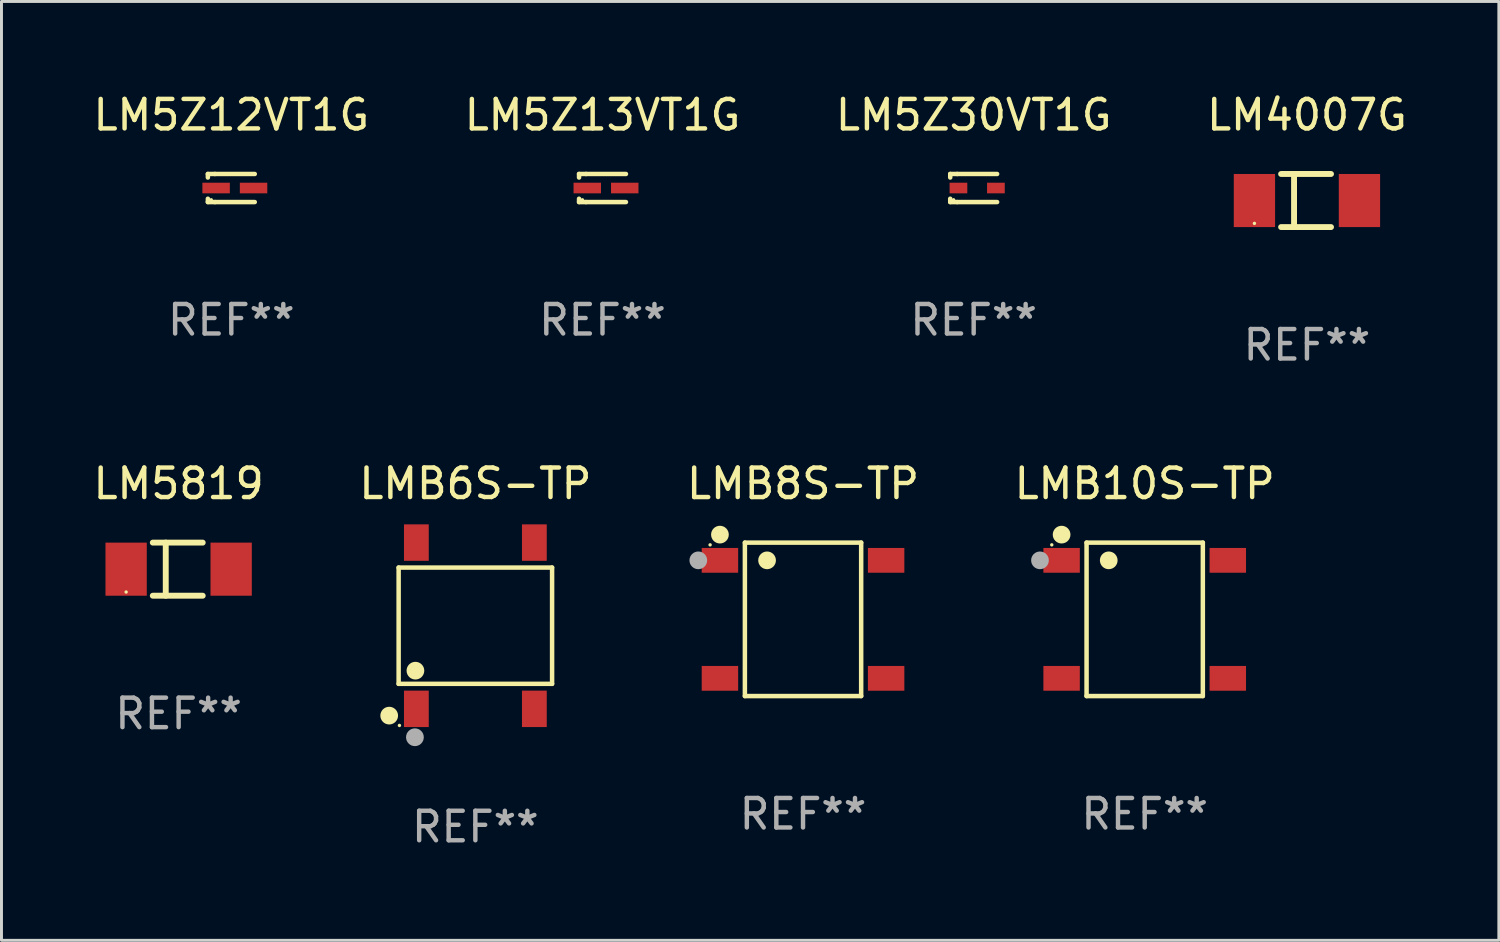
<source format=kicad_pcb>
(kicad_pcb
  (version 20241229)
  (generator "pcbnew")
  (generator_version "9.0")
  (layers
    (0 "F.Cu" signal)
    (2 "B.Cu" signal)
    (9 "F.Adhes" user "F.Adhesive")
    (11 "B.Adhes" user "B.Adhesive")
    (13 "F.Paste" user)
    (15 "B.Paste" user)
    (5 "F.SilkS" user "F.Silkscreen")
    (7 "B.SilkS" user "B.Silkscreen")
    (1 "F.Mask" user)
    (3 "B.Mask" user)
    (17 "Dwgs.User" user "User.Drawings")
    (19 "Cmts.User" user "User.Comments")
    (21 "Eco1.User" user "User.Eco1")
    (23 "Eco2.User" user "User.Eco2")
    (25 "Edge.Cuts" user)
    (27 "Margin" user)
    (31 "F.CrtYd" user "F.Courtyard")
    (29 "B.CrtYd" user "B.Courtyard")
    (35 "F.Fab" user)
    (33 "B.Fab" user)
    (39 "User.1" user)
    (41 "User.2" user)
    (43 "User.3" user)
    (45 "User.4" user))
  (footprint "LM5Z13VT1G"
    (layer "F.Cu")
    (at 17.375 3.324)
    (property "Reference" "LM5Z13VT1G" (at 0 -2.476 0) (layer "F.SilkS") (effects (font (size 1 1) (thickness 0.15))))
    (attr through_hole)
    (fp_line (start -0.795 -0.476) (end -0.795 -0.356) (stroke (width 0.152) (type solid)) (layer "F.SilkS"))
    (fp_line (start -0.795 0.363) (end -0.795 0.476) (stroke (width 0.152) (type solid)) (layer "F.SilkS"))
    (fp_line (start -0.795 0.476) (end -0.557 0.476) (stroke (width 0.152) (type solid)) (layer "F.SilkS"))
    (fp_line (start -0.557 -0.476) (end -0.795 -0.476) (stroke (width 0.152) (type solid)) (layer "F.SilkS"))
    (fp_line (start -0.557 -0.476) (end 0.795 -0.476) (stroke (width 0.152) (type solid)) (layer "F.SilkS"))
    (fp_line (start -0.557 0.476) (end 0.795 0.476) (stroke (width 0.152) (type solid)) (layer "F.SilkS"))
    (fp_circle (center -0.681 0.4) (end -0.651 0.4) (stroke (width 0.06) (type solid)) (fill no) (layer "F.SilkS"))
    (fp_text user "REF**" (at 0 4.476 0) (layer "F.Fab") (effects (font (size 1 1) (thickness 0.15))))
    (pad "1" smd rect (at -0.516 0 180) (size 0.93 0.36) (layers "F.Cu" "F.Mask" "F.Paste"))
    (pad "2" smd rect (at 0.754 0 180) (size 0.93 0.36) (layers "F.Cu" "F.Mask" "F.Paste")))
  (footprint "LM5Z30VT1G"
    (layer "F.Cu")
    (at 29.958 3.324)
    (property "Reference" "LM5Z30VT1G" (at 0 -2.476 0) (layer "F.SilkS") (effects (font (size 1 1) (thickness 0.15))))
    (attr through_hole)
    (fp_line (start -0.795 -0.476) (end -0.795 -0.356) (stroke (width 0.152) (type solid)) (layer "F.SilkS"))
    (fp_line (start -0.795 0.363) (end -0.795 0.476) (stroke (width 0.152) (type solid)) (layer "F.SilkS"))
    (fp_line (start -0.795 0.476) (end -0.557 0.476) (stroke (width 0.152) (type solid)) (layer "F.SilkS"))
    (fp_line (start -0.557 -0.476) (end -0.795 -0.476) (stroke (width 0.152) (type solid)) (layer "F.SilkS"))
    (fp_line (start -0.557 -0.476) (end 0.795 -0.476) (stroke (width 0.152) (type solid)) (layer "F.SilkS"))
    (fp_line (start -0.557 0.476) (end 0.795 0.476) (stroke (width 0.152) (type solid)) (layer "F.SilkS"))
    (fp_circle (center -0.681 0.4) (end -0.651 0.4) (stroke (width 0.06) (type solid)) (fill no) (layer "F.SilkS"))
    (fp_text user "REF**" (at 0 4.476 0) (layer "F.Fab") (effects (font (size 1 1) (thickness 0.15))))
    (pad "1" smd rect (at -0.516 -0.000051 180) (size 0.6 0.36) (layers "F.Cu" "F.Mask" "F.Paste"))
    (pad "2" smd rect (at 0.754 -0.000051 180) (size 0.6 0.36) (layers "F.Cu" "F.Mask" "F.Paste")))
  (footprint "LM5819"
    (layer "F.Cu")
    (at 3.006 16.245)
    (property "Reference" "LM5819" (at 0 -2.9 0) (layer "F.SilkS") (effects (font (size 1 1) (thickness 0.15))))
    (attr through_hole)
    (fp_line (start -0.876 -0.9) (end 0.816 -0.9) (stroke (width 0.2) (type solid)) (layer "F.SilkS"))
    (fp_line (start -0.876 0.9) (end 0.816 0.9) (stroke (width 0.2) (type solid)) (layer "F.SilkS"))
    (fp_line (start -0.437 -0.9) (end -0.437 0.9) (stroke (width 0.2) (type solid)) (layer "F.SilkS"))
    (fp_circle (center -1.78 0.775) (end -1.75 0.775) (stroke (width 0.06) (type solid)) (fill no) (layer "F.SilkS"))
    (fp_text user "REF**" (at 0 4.9 0) (layer "F.Fab") (effects (font (size 1 1) (thickness 0.15))))
    (pad "1" smd rect (at -1.78 0.000127 180) (size 1.4 1.8) (layers "F.Cu" "F.Mask" "F.Paste"))
    (pad "2" smd rect (at 1.78 0.000127 180) (size 1.4 1.8) (layers "F.Cu" "F.Mask" "F.Paste")))
  (footprint "LM5Z12VT1G"
    (layer "F.Cu")
    (at 4.792 3.324)
    (property "Reference" "LM5Z12VT1G" (at 0 -2.476 0) (layer "F.SilkS") (effects (font (size 1 1) (thickness 0.15))))
    (attr through_hole)
    (fp_line (start -0.795 -0.476) (end -0.795 -0.356) (stroke (width 0.152) (type solid)) (layer "F.SilkS"))
    (fp_line (start -0.795 0.363) (end -0.795 0.476) (stroke (width 0.152) (type solid)) (layer "F.SilkS"))
    (fp_line (start -0.795 0.476) (end -0.557 0.476) (stroke (width 0.152) (type solid)) (layer "F.SilkS"))
    (fp_line (start -0.557 -0.476) (end -0.795 -0.476) (stroke (width 0.152) (type solid)) (layer "F.SilkS"))
    (fp_line (start -0.557 -0.476) (end 0.795 -0.476) (stroke (width 0.152) (type solid)) (layer "F.SilkS"))
    (fp_line (start -0.557 0.476) (end 0.795 0.476) (stroke (width 0.152) (type solid)) (layer "F.SilkS"))
    (fp_circle (center -0.681 0.4) (end -0.651 0.4) (stroke (width 0.06) (type solid)) (fill no) (layer "F.SilkS"))
    (fp_text user "REF**" (at 0 4.476 0) (layer "F.Fab") (effects (font (size 1 1) (thickness 0.15))))
    (pad "1" smd rect (at -0.516 0 180) (size 0.93 0.36) (layers "F.Cu" "F.Mask" "F.Paste"))
    (pad "2" smd rect (at 0.754 0 180) (size 0.93 0.36) (layers "F.Cu" "F.Mask" "F.Paste")))
  (footprint "LMB8S-TP"
    (layer "F.Cu")
    (at 24.173 17.946)
    (property "Reference" "LMB8S-TP" (at 0 -4.601 0) (layer "F.SilkS") (effects (font (size 1 1) (thickness 0.15))))
    (attr through_hole)
    (fp_line (start -1.971 -2.601) (end 1.971 -2.601) (stroke (width 0.152) (type solid)) (layer "F.SilkS"))
    (fp_line (start -1.971 2.601) (end -1.971 -2.601) (stroke (width 0.152) (type solid)) (layer "F.SilkS"))
    (fp_line (start 1.971 -2.601) (end 1.971 2.601) (stroke (width 0.152) (type solid)) (layer "F.SilkS"))
    (fp_line (start 1.971 2.601) (end -1.971 2.601) (stroke (width 0.152) (type solid)) (layer "F.SilkS"))
    (fp_circle (center -3.15 -2.525) (end -3.12 -2.525) (stroke (width 0.06) (type solid)) (fill no) (layer "F.SilkS"))
    (fp_circle (center -2.817 -2.872) (end -2.667 -2.872) (stroke (width 0.3) (type solid)) (fill no) (layer "F.SilkS"))
    (fp_circle (center -1.219 -2) (end -1.069 -2) (stroke (width 0.3) (type solid)) (fill no) (layer "F.SilkS"))
    (fp_circle (center -3.55 -2) (end -3.4 -2) (stroke (width 0.3) (type solid)) (fill no) (layer "F.Fab"))
    (fp_text user "REF**" (at 0 6.601 0) (layer "F.Fab") (effects (font (size 1 1) (thickness 0.15))))
    (pad "1" smd rect (at -2.817 -2) (size 1.235 0.84) (layers "F.Cu" "F.Mask" "F.Paste"))
    (pad "2" smd rect (at 2.817 -2) (size 1.235 0.84) (layers "F.Cu" "F.Mask" "F.Paste"))
    (pad "3" smd rect (at 2.817 2) (size 1.235 0.84) (layers "F.Cu" "F.Mask" "F.Paste"))
    (pad "4" smd rect (at -2.817 2) (size 1.235 0.84) (layers "F.Cu" "F.Mask" "F.Paste")))
  (footprint "LMB6S-TP"
    (layer "F.Cu")
    (at 13.065 18.162)
    (property "Reference" "LMB6S-TP" (at 0 -4.818 0) (layer "F.SilkS") (effects (font (size 1 1) (thickness 0.15))))
    (attr through_hole)
    (fp_line (start -2.601 -1.971) (end 2.601 -1.971) (stroke (width 0.152) (type solid)) (layer "F.SilkS"))
    (fp_line (start -2.601 1.971) (end -2.601 -1.971) (stroke (width 0.152) (type solid)) (layer "F.SilkS"))
    (fp_line (start 2.601 -1.971) (end 2.601 1.971) (stroke (width 0.152) (type solid)) (layer "F.SilkS"))
    (fp_line (start 2.601 1.971) (end -2.601 1.971) (stroke (width 0.152) (type solid)) (layer "F.SilkS"))
    (fp_circle (center -2.921 3.048) (end -2.771 3.048) (stroke (width 0.3) (type solid)) (fill no) (layer "F.SilkS"))
    (fp_circle (center -2.574 3.381) (end -2.544 3.381) (stroke (width 0.06) (type solid)) (fill no) (layer "F.SilkS"))
    (fp_circle (center -2.032 1.524) (end -1.882 1.524) (stroke (width 0.3) (type solid)) (fill no) (layer "F.SilkS"))
    (fp_circle (center -2.049 3.781) (end -1.898 3.781) (stroke (width 0.3) (type solid)) (fill no) (layer "F.Fab"))
    (fp_text user "REF**" (at 0 6.818 0) (layer "F.Fab") (effects (font (size 1 1) (thickness 0.15))))
    (pad "1" smd rect (at -2 2.818 270) (size 1.235 0.84) (layers "F.Cu" "F.Mask" "F.Paste"))
    (pad "2" smd rect (at -2 -2.818 270) (size 1.235 0.84) (layers "F.Cu" "F.Mask" "F.Paste"))
    (pad "3" smd rect (at 2 -2.818 270) (size 1.235 0.84) (layers "F.Cu" "F.Mask" "F.Paste"))
    (pad "4" smd rect (at 2 2.818 270) (size 1.235 0.84) (layers "F.Cu" "F.Mask" "F.Paste")))
  (footprint "LMB10S-TP"
    (layer "F.Cu")
    (at 35.756 17.946)
    (property "Reference" "LMB10S-TP" (at 0 -4.601 0) (layer "F.SilkS") (effects (font (size 1 1) (thickness 0.15))))
    (attr through_hole)
    (fp_line (start -1.971 -2.601) (end 1.971 -2.601) (stroke (width 0.152) (type solid)) (layer "F.SilkS"))
    (fp_line (start -1.971 2.601) (end -1.971 -2.601) (stroke (width 0.152) (type solid)) (layer "F.SilkS"))
    (fp_line (start 1.971 -2.601) (end 1.971 2.601) (stroke (width 0.152) (type solid)) (layer "F.SilkS"))
    (fp_line (start 1.971 2.601) (end -1.971 2.601) (stroke (width 0.152) (type solid)) (layer "F.SilkS"))
    (fp_circle (center -3.15 -2.525) (end -3.12 -2.525) (stroke (width 0.06) (type solid)) (fill no) (layer "F.SilkS"))
    (fp_circle (center -2.817 -2.872) (end -2.667 -2.872) (stroke (width 0.3) (type solid)) (fill no) (layer "F.SilkS"))
    (fp_circle (center -1.219 -2) (end -1.069 -2) (stroke (width 0.3) (type solid)) (fill no) (layer "F.SilkS"))
    (fp_circle (center -3.55 -2) (end -3.4 -2) (stroke (width 0.3) (type solid)) (fill no) (layer "F.Fab"))
    (fp_text user "REF**" (at 0 6.601 0) (layer "F.Fab") (effects (font (size 1 1) (thickness 0.15))))
    (pad "1" smd rect (at -2.817 -2) (size 1.235 0.84) (layers "F.Cu" "F.Mask" "F.Paste"))
    (pad "2" smd rect (at 2.817 -2) (size 1.235 0.84) (layers "F.Cu" "F.Mask" "F.Paste"))
    (pad "3" smd rect (at 2.817 2) (size 1.235 0.84) (layers "F.Cu" "F.Mask" "F.Paste"))
    (pad "4" smd rect (at -2.817 2) (size 1.235 0.84) (layers "F.Cu" "F.Mask" "F.Paste")))
  (footprint "LM4007G"
    (layer "F.Cu")
    (at 41.256 3.748)
    (property "Reference" "LM4007G" (at 0 -2.9 0) (layer "F.SilkS") (effects (font (size 1 1) (thickness 0.15))))
    (attr through_hole)
    (fp_line (start -0.876 -0.9) (end 0.816 -0.9) (stroke (width 0.2) (type solid)) (layer "F.SilkS"))
    (fp_line (start -0.876 0.9) (end 0.816 0.9) (stroke (width 0.2) (type solid)) (layer "F.SilkS"))
    (fp_line (start -0.437 -0.9) (end -0.437 0.9) (stroke (width 0.2) (type solid)) (layer "F.SilkS"))
    (fp_circle (center -1.78 0.775) (end -1.75 0.775) (stroke (width 0.06) (type solid)) (fill no) (layer "F.SilkS"))
    (fp_text user "REF**" (at 0 4.9 0) (layer "F.Fab") (effects (font (size 1 1) (thickness 0.15))))
    (pad "1" smd rect (at -1.78 0.000127 180) (size 1.4 1.8) (layers "F.Cu" "F.Mask" "F.Paste"))
    (pad "2" smd rect (at 1.78 0.000127 180) (size 1.4 1.8) (layers "F.Cu" "F.Mask" "F.Paste")))
  (gr_rect
    (start -3 -3)
    (end 47.762 28.828)
    (stroke (width 0.1) (type default))
    (fill no)
    (layer "Edge.Cuts")))
</source>
